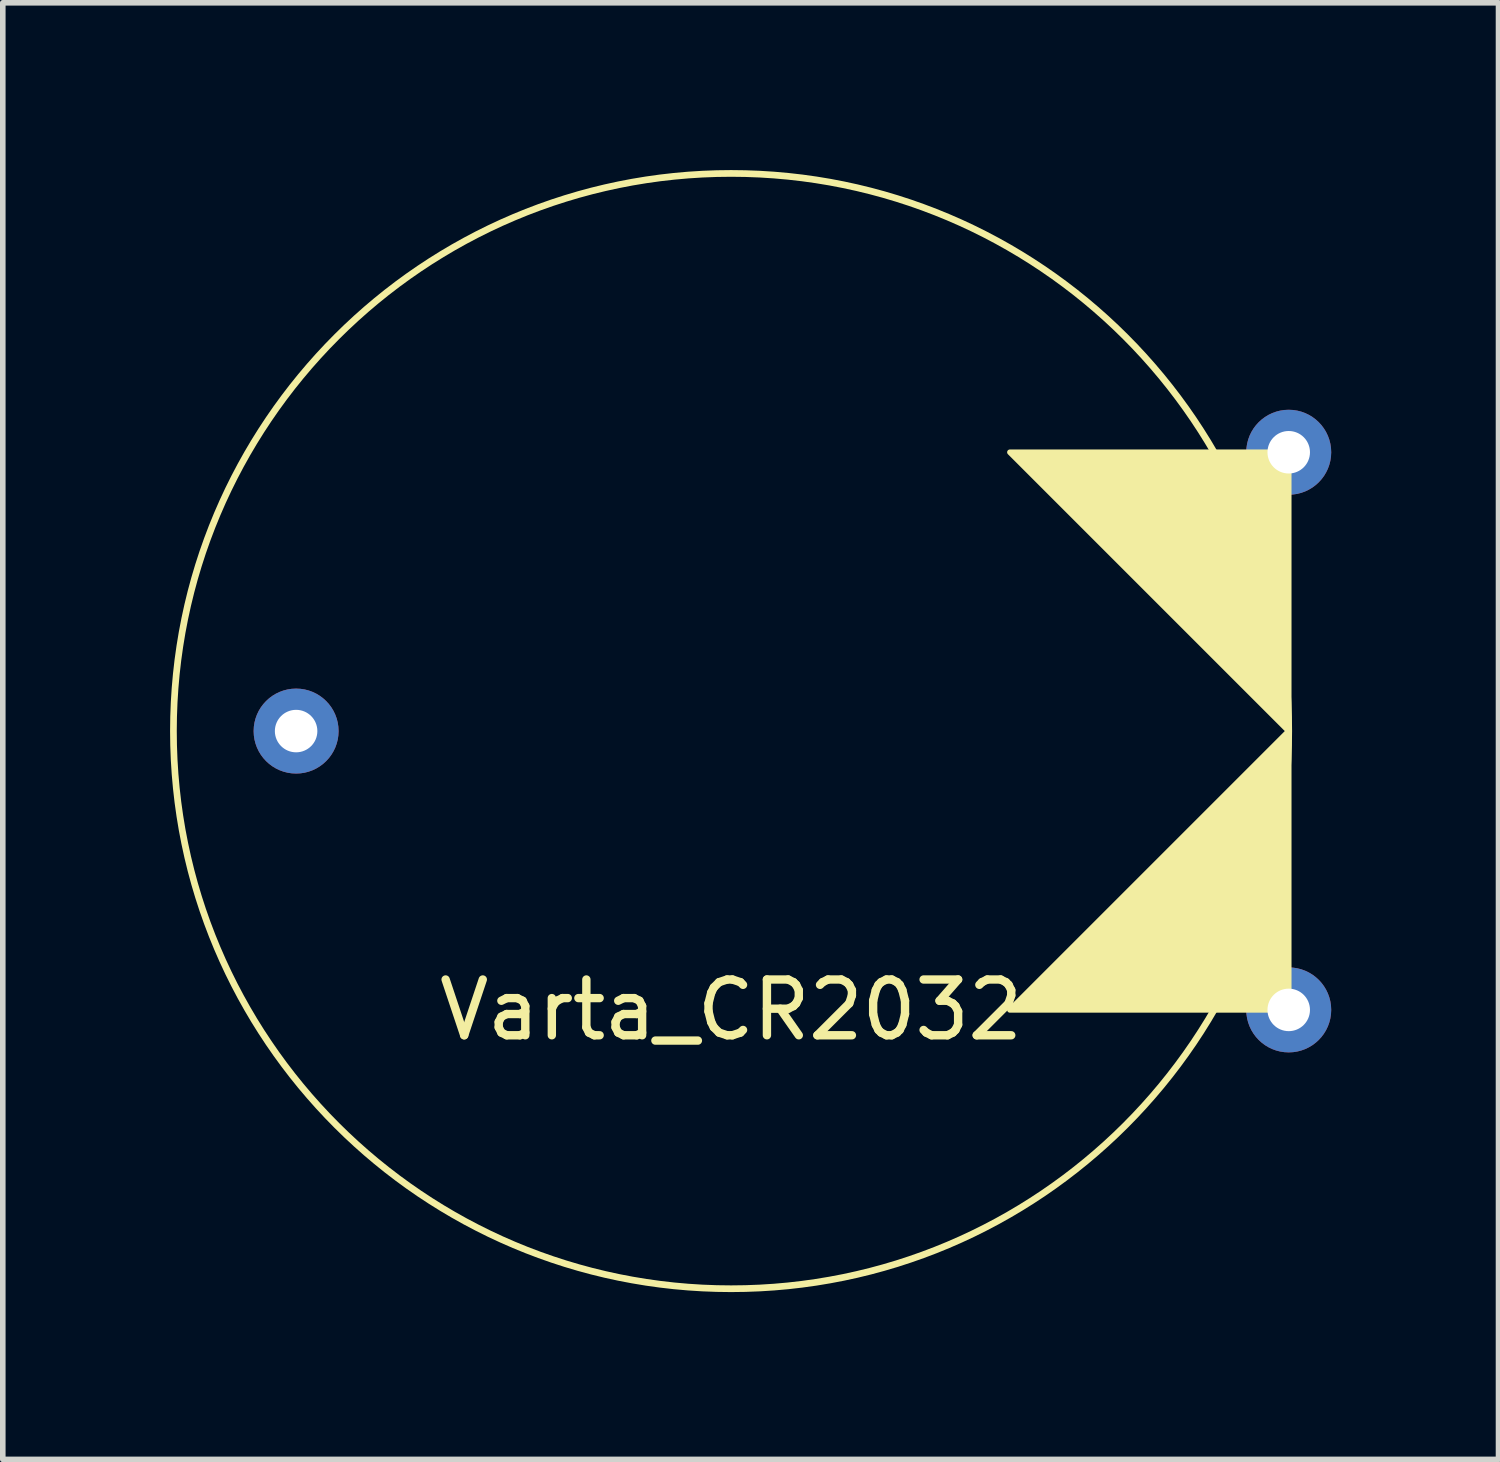
<source format=kicad_pcb>
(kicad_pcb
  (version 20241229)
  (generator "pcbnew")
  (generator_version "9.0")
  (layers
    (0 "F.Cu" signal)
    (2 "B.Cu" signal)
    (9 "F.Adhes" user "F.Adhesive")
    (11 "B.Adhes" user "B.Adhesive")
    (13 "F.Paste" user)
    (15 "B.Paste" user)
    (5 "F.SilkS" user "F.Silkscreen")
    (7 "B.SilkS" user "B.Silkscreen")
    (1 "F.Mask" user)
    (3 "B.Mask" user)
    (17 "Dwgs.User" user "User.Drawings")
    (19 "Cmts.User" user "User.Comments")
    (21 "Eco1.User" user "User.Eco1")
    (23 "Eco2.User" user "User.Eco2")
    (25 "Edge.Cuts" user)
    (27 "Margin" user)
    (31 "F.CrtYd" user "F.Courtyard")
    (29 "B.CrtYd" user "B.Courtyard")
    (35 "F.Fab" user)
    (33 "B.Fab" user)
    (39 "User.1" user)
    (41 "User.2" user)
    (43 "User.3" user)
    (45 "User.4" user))
  (footprint "Varta_CR2032"
    (layer "F.Cu")
    (at 10.06 10.06)
    (property "Reference" "Varta_CR2032" (at 0 5 0) (layer "F.SilkS") (effects (font (size 1 1) (thickness 0.15))))
    (attr through_hole)
    (fp_circle (center 0 0) (end 10 0) (stroke (width 0.12) (type solid)) (fill no) (layer "F.SilkS"))
    (fp_poly (pts (xy 10 0) (xy 5 -5) (xy 10 -5)) (stroke (width 0.1) (type solid)) (fill yes) (layer "F.SilkS"))
    (fp_poly (pts (xy 10 5) (xy 5 5) (xy 10 0)) (stroke (width 0.1) (type solid)) (fill yes) (layer "F.SilkS"))
    (pad "1" thru_hole circle (at -7.8 0) (size 1.524 1.524) (drill 0.762) (layers "*.Cu" "*.Mask"))
    (pad "2" thru_hole circle (at 10 -5) (size 1.524 1.524) (drill 0.762) (layers "*.Cu" "*.Mask"))
    (pad "2" thru_hole circle (at 10 5) (size 1.524 1.524) (drill 0.762) (layers "*.Cu" "*.Mask")))
  (gr_rect
    (start -3 -3)
    (end 23.822 23.12)
    (stroke (width 0.1) (type default))
    (fill no)
    (layer "Edge.Cuts")))
</source>
